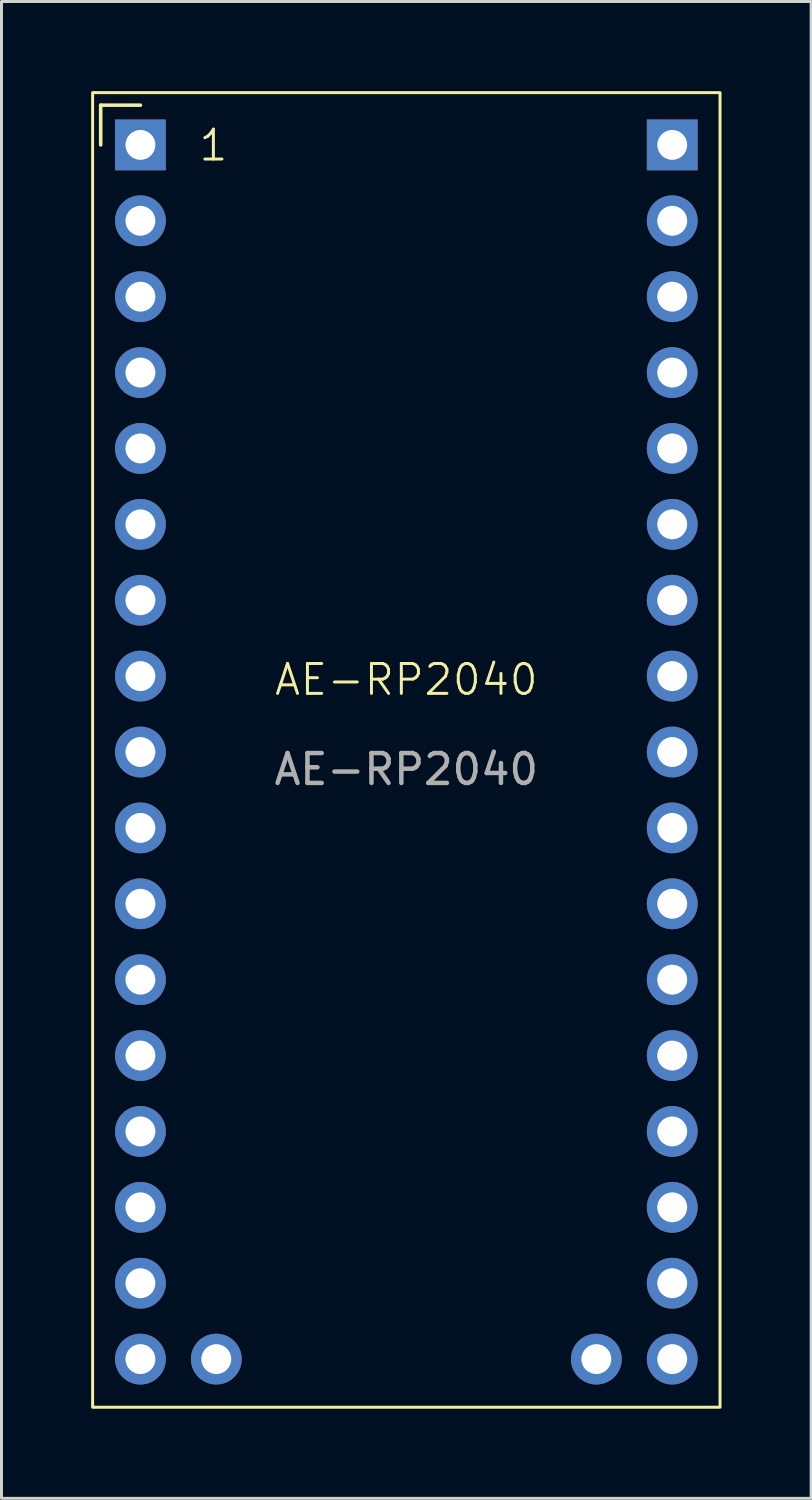
<source format=kicad_pcb>
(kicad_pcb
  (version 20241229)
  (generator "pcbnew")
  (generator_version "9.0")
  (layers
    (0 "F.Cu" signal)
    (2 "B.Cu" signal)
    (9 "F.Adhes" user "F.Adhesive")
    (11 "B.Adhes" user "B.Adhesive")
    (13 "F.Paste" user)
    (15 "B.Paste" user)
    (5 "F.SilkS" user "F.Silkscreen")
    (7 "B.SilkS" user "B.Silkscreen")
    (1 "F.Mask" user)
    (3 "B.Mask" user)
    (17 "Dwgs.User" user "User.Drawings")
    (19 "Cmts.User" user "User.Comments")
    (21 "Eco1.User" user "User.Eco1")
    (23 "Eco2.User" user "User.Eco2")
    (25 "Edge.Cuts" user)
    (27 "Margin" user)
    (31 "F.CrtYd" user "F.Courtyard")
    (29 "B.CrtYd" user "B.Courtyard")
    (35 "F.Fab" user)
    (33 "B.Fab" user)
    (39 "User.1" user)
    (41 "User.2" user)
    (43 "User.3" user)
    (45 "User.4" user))
  (footprint "AE-RP2040"
    (layer "F.Cu")
    (at 10.55 22.05)
    (property "Reference" "AE-RP2040" (at 0 -2.35 0) (unlocked yes) (layer "F.SilkS") (effects (font (size 1 1) (thickness 0.1))))
    (attr through_hole)
    (fp_line (start -10.23 -21.58) (end -8.9 -21.58) (stroke (width 0.12) (type solid)) (layer "F.SilkS"))
    (fp_line (start -10.23 -20.25) (end -10.23 -21.58) (stroke (width 0.12) (type solid)) (layer "F.SilkS"))
    (fp_rect (start -10.5 -22) (end 10.5 22) (stroke (width 0.1) (type default)) (fill no) (layer "F.SilkS"))
    (fp_text user "1" (at -7 -19.65 0) (unlocked yes) (layer "F.SilkS") (effects (font (size 1 1) (thickness 0.1)) (justify left bottom)))
    (fp_text user "${REFERENCE}" (at 0 0.65 0) (unlocked yes) (layer "F.Fab") (effects (font (size 1 1) (thickness 0.15))))
    (pad "1" thru_hole rect (at -8.9 -20.25) (size 1.7 1.7) (drill 1) (layers "*.Cu" "*.Mask"))
    (pad "2" thru_hole oval (at -8.9 -17.71) (size 1.7 1.7) (drill 1) (layers "*.Cu" "*.Mask"))
    (pad "3" thru_hole oval (at -8.9 -15.17) (size 1.7 1.7) (drill 1) (layers "*.Cu" "*.Mask"))
    (pad "4" thru_hole oval (at -8.9 -12.63) (size 1.7 1.7) (drill 1) (layers "*.Cu" "*.Mask"))
    (pad "5" thru_hole oval (at -8.9 -10.09) (size 1.7 1.7) (drill 1) (layers "*.Cu" "*.Mask"))
    (pad "6" thru_hole oval (at -8.9 -7.55) (size 1.7 1.7) (drill 1) (layers "*.Cu" "*.Mask"))
    (pad "7" thru_hole oval (at -8.9 -5.01) (size 1.7 1.7) (drill 1) (layers "*.Cu" "*.Mask"))
    (pad "8" thru_hole oval (at -8.9 -2.47) (size 1.7 1.7) (drill 1) (layers "*.Cu" "*.Mask"))
    (pad "9" thru_hole oval (at -8.9 0.07) (size 1.7 1.7) (drill 1) (layers "*.Cu" "*.Mask"))
    (pad "10" thru_hole oval (at -8.9 2.61) (size 1.7 1.7) (drill 1) (layers "*.Cu" "*.Mask"))
    (pad "11" thru_hole oval (at -8.9 5.15) (size 1.7 1.7) (drill 1) (layers "*.Cu" "*.Mask"))
    (pad "12" thru_hole oval (at -8.9 7.69) (size 1.7 1.7) (drill 1) (layers "*.Cu" "*.Mask"))
    (pad "13" thru_hole oval (at -8.9 10.23) (size 1.7 1.7) (drill 1) (layers "*.Cu" "*.Mask"))
    (pad "14" thru_hole oval (at -8.9 12.77) (size 1.7 1.7) (drill 1) (layers "*.Cu" "*.Mask"))
    (pad "15" thru_hole oval (at -8.9 15.31) (size 1.7 1.7) (drill 1) (layers "*.Cu" "*.Mask"))
    (pad "16" thru_hole oval (at -8.9 17.85) (size 1.7 1.7) (drill 1) (layers "*.Cu" "*.Mask"))
    (pad "17" thru_hole oval (at -8.9 20.39) (size 1.7 1.7) (drill 1) (layers "*.Cu" "*.Mask"))
    (pad "18" thru_hole oval (at 8.9 20.39) (size 1.7 1.7) (drill 1) (layers "*.Cu" "*.Mask"))
    (pad "19" thru_hole oval (at 8.9 17.85) (size 1.7 1.7) (drill 1) (layers "*.Cu" "*.Mask"))
    (pad "20" thru_hole oval (at 8.9 15.31) (size 1.7 1.7) (drill 1) (layers "*.Cu" "*.Mask"))
    (pad "21" thru_hole oval (at 8.9 12.77) (size 1.7 1.7) (drill 1) (layers "*.Cu" "*.Mask"))
    (pad "22" thru_hole oval (at 8.9 10.23) (size 1.7 1.7) (drill 1) (layers "*.Cu" "*.Mask"))
    (pad "23" thru_hole oval (at 8.9 7.69) (size 1.7 1.7) (drill 1) (layers "*.Cu" "*.Mask"))
    (pad "24" thru_hole oval (at 8.9 5.15) (size 1.7 1.7) (drill 1) (layers "*.Cu" "*.Mask"))
    (pad "25" thru_hole oval (at 8.9 2.61) (size 1.7 1.7) (drill 1) (layers "*.Cu" "*.Mask"))
    (pad "26" thru_hole oval (at 8.9 0.07) (size 1.7 1.7) (drill 1) (layers "*.Cu" "*.Mask"))
    (pad "27" thru_hole oval (at 8.9 -2.47) (size 1.7 1.7) (drill 1) (layers "*.Cu" "*.Mask"))
    (pad "28" thru_hole oval (at 8.9 -5.01) (size 1.7 1.7) (drill 1) (layers "*.Cu" "*.Mask"))
    (pad "29" thru_hole oval (at 8.9 -7.55) (size 1.7 1.7) (drill 1) (layers "*.Cu" "*.Mask"))
    (pad "30" thru_hole oval (at 8.9 -10.09) (size 1.7 1.7) (drill 1) (layers "*.Cu" "*.Mask"))
    (pad "31" thru_hole oval (at 8.9 -12.63) (size 1.7 1.7) (drill 1) (layers "*.Cu" "*.Mask"))
    (pad "32" thru_hole oval (at 8.9 -15.17) (size 1.7 1.7) (drill 1) (layers "*.Cu" "*.Mask"))
    (pad "33" thru_hole oval (at 8.9 -17.71) (size 1.7 1.7) (drill 1) (layers "*.Cu" "*.Mask"))
    (pad "34" thru_hole rect (at 8.9 -20.25) (size 1.7 1.7) (drill 1) (layers "*.Cu" "*.Mask"))
    (pad "GND" thru_hole oval (at -6.36 20.39) (size 1.7 1.7) (drill 1) (layers "*.Cu" "*.Mask"))
    (pad "RUN" thru_hole oval (at 6.36 20.39 270) (size 1.7 1.7) (drill 1) (layers "*.Cu" "*.Mask")))
  (gr_rect
    (start -3 -3)
    (end 24.1 47.1)
    (stroke (width 0.1) (type default))
    (fill no)
    (layer "Edge.Cuts")))
</source>
